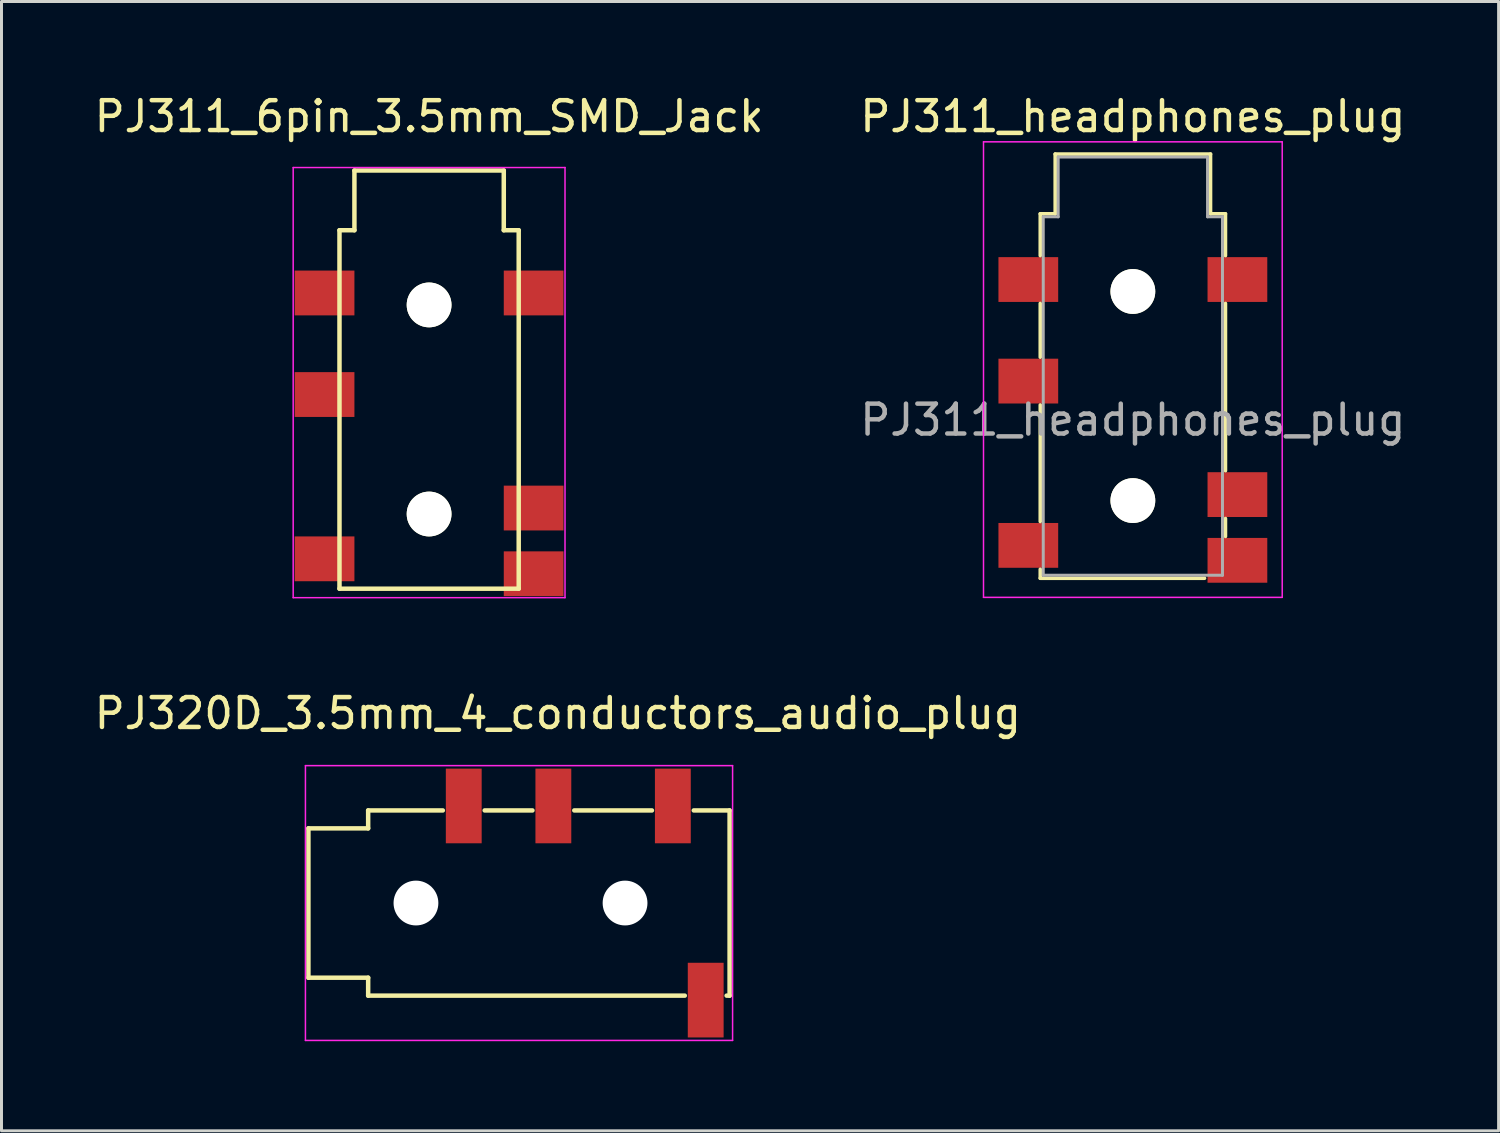
<source format=kicad_pcb>
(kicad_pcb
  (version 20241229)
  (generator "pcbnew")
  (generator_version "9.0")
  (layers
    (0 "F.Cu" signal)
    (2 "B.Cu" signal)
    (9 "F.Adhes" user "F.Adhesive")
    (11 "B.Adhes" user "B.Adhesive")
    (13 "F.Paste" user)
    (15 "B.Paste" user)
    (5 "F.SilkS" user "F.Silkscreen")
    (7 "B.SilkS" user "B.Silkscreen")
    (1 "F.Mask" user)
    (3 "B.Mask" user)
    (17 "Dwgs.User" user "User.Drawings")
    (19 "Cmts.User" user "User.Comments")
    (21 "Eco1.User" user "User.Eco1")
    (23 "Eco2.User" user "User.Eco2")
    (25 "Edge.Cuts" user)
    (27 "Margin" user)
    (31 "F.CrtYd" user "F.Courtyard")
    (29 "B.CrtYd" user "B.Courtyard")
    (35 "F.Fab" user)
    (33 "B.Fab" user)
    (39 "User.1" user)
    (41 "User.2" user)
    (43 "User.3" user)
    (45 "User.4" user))
  (footprint "PJ311_headphones_plug"
    (layer "F.Cu")
    (at 34.875 11.008)
    (property "Reference" "PJ311_headphones_plug" (at 0 -10.16 0) (layer "F.SilkS") (effects (font (size 1 1) (thickness 0.15))))
    (attr smd)
    (fp_line (start -3.1 -6.9) (end -2.6 -6.9) (stroke (width 0.12) (type solid)) (layer "F.SilkS"))
    (fp_line (start -3.1 -5.5) (end -3.1 -6.9) (stroke (width 0.12) (type solid)) (layer "F.SilkS"))
    (fp_line (start -3.1 -2.1) (end -3.1 -3.9) (stroke (width 0.12) (type solid)) (layer "F.SilkS"))
    (fp_line (start -3.1 3.4) (end -3.1 -0.5) (stroke (width 0.12) (type solid)) (layer "F.SilkS"))
    (fp_line (start -3.1 5.3) (end -3.1 5) (stroke (width 0.12) (type solid)) (layer "F.SilkS"))
    (fp_line (start -2.6 -8.9) (end 2.6 -8.9) (stroke (width 0.12) (type solid)) (layer "F.SilkS"))
    (fp_line (start -2.6 -6.9) (end -2.6 -8.9) (stroke (width 0.12) (type solid)) (layer "F.SilkS"))
    (fp_line (start 2.4 5.3) (end -3.1 5.3) (stroke (width 0.12) (type solid)) (layer "F.SilkS"))
    (fp_line (start 2.6 -8.9) (end 2.6 -6.9) (stroke (width 0.12) (type solid)) (layer "F.SilkS"))
    (fp_line (start 2.6 -6.9) (end 3.1 -6.9) (stroke (width 0.12) (type solid)) (layer "F.SilkS"))
    (fp_line (start 3.1 -6.9) (end 3.1 -5.5) (stroke (width 0.12) (type solid)) (layer "F.SilkS"))
    (fp_line (start 3.1 -3.9) (end 3.1 1.7) (stroke (width 0.12) (type solid)) (layer "F.SilkS"))
    (fp_line (start 3.1 3.3) (end 3.1 3.9) (stroke (width 0.12) (type solid)) (layer "F.SilkS"))
    (fp_line (start -5 -9.31) (end -5 5.94) (stroke (width 0.05) (type solid)) (layer "F.CrtYd"))
    (fp_line (start -5 -9.31) (end 5 -9.31) (stroke (width 0.05) (type solid)) (layer "F.CrtYd"))
    (fp_line (start -5 5.94) (end 5 5.94) (stroke (width 0.05) (type solid)) (layer "F.CrtYd"))
    (fp_line (start 5 5.94) (end 5 -9.31) (stroke (width 0.05) (type solid)) (layer "F.CrtYd"))
    (fp_line (start -3 -6.8) (end -3 5.2) (stroke (width 0.1) (type solid)) (layer "F.Fab"))
    (fp_line (start -3 5.2) (end 3 5.2) (stroke (width 0.1) (type solid)) (layer "F.Fab"))
    (fp_line (start -2.5 -8.8) (end -2.5 -6.8) (stroke (width 0.1) (type solid)) (layer "F.Fab"))
    (fp_line (start -2.5 -6.8) (end -3 -6.8) (stroke (width 0.1) (type solid)) (layer "F.Fab"))
    (fp_line (start 2.5 -8.8) (end -2.5 -8.8) (stroke (width 0.1) (type solid)) (layer "F.Fab"))
    (fp_line (start 2.5 -6.8) (end 2.5 -8.8) (stroke (width 0.1) (type solid)) (layer "F.Fab"))
    (fp_line (start 3 -6.8) (end 2.5 -6.8) (stroke (width 0.1) (type solid)) (layer "F.Fab"))
    (fp_line (start 3 5.2) (end 3 -6.8) (stroke (width 0.1) (type solid)) (layer "F.Fab"))
    (fp_text user "${REFERENCE}" (at 0 0 0) (layer "F.Fab") (effects (font (size 1 1) (thickness 0.15))))
    (pad "" np_thru_hole circle (at 0 -4.3) (size 1.5 1.5) (drill 1.5) (layers "*.Cu" "*.Mask" "F.SilkS"))
    (pad "" np_thru_hole circle (at 0 2.7) (size 1.5 1.5) (drill 1.5) (layers "*.Cu" "*.Mask" "F.SilkS"))
    (pad "1" smd rect (at -3.5 -4.7) (size 2 1.5) (layers "F.Cu" "F.Mask" "F.Paste"))
    (pad "2" smd rect (at 3.5 -4.7) (size 2 1.5) (layers "F.Cu" "F.Mask" "F.Paste"))
    (pad "3" smd rect (at -3.5 -1.3) (size 2 1.5) (layers "F.Cu" "F.Mask" "F.Paste"))
    (pad "4" smd rect (at 3.5 2.5) (size 2 1.5) (layers "F.Cu" "F.Mask" "F.Paste"))
    (pad "5" smd rect (at 3.5 4.7) (size 2 1.5) (layers "F.Cu" "F.Mask" "F.Paste"))
    (pad "6" smd rect (at -3.5 4.2) (size 2 1.5) (layers "F.Cu" "F.Mask" "F.Paste")))
  (footprint "PJ311_6pin_3.5mm_SMD_Jack"
    (layer "F.Cu")
    (at 11.315 11.458)
    (property "Reference" "PJ311_6pin_3.5mm_SMD_Jack" (at 0 -10.61 0) (layer "F.SilkS") (effects (font (size 1 1) (thickness 0.15))))
    (attr smd)
    (fp_line (start -3 -6.8) (end -3 5.2) (stroke (width 0.15) (type solid)) (layer "F.SilkS"))
    (fp_line (start -2.5 -8.8) (end -2.5 -6.8) (stroke (width 0.15) (type solid)) (layer "F.SilkS"))
    (fp_line (start -2.5 -6.8) (end -3 -6.8) (stroke (width 0.15) (type solid)) (layer "F.SilkS"))
    (fp_line (start 2.5 -8.8) (end -2.5 -8.8) (stroke (width 0.15) (type solid)) (layer "F.SilkS"))
    (fp_line (start 2.5 -6.8) (end 2.5 -8.8) (stroke (width 0.15) (type solid)) (layer "F.SilkS"))
    (fp_line (start 2.5 -6.8) (end 3 -6.8) (stroke (width 0.15) (type solid)) (layer "F.SilkS"))
    (fp_line (start 3 -6.8) (end 3 5.2) (stroke (width 0.15) (type solid)) (layer "F.SilkS"))
    (fp_line (start 3 5.2) (end -3 5.2) (stroke (width 0.15) (type solid)) (layer "F.SilkS"))
    (fp_line (start -4.55 -8.9) (end -4.55 5.5) (stroke (width 0.05) (type solid)) (layer "F.CrtYd"))
    (fp_line (start -4.55 -8.9) (end 4.55 -8.9) (stroke (width 0.05) (type solid)) (layer "F.CrtYd"))
    (fp_line (start 4.55 -8.9) (end 4.55 5.5) (stroke (width 0.05) (type solid)) (layer "F.CrtYd"))
    (fp_line (start 4.55 5.5) (end -4.55 5.5) (stroke (width 0.05) (type solid)) (layer "F.CrtYd"))
    (pad "" np_thru_hole circle (at 0 -4.3) (size 1.5 1.5) (drill 1.5) (layers "*.Cu" "*.Mask" "F.SilkS"))
    (pad "" np_thru_hole circle (at 0 2.7) (size 1.5 1.5) (drill 1.5) (layers "*.Cu" "*.Mask" "F.SilkS"))
    (pad "1" smd rect (at -3.5 -4.7) (size 2 1.5) (layers "F.Cu" "F.Mask" "F.Paste"))
    (pad "2" smd rect (at 3.5 -4.7) (size 2 1.5) (layers "F.Cu" "F.Mask" "F.Paste"))
    (pad "3" smd rect (at -3.5 -1.3) (size 2 1.5) (layers "F.Cu" "F.Mask" "F.Paste"))
    (pad "4" smd rect (at 3.5 2.5) (size 2 1.5) (layers "F.Cu" "F.Mask" "F.Paste"))
    (pad "5" smd rect (at 3.5 4.7) (size 2 1.5) (layers "F.Cu" "F.Mask" "F.Paste"))
    (pad "6" smd rect (at -3.5 4.2) (size 2 1.5) (layers "F.Cu" "F.Mask" "F.Paste")))
  (footprint "PJ320D_3.5mm_4_conductors_audio_plug"
    (layer "F.Cu")
    (at 15.725 27.181)
    (property "Reference" "PJ320D_3.5mm_4_conductors_audio_plug" (at -0.1 -6.35 0) (layer "F.SilkS") (effects (font (size 1 1) (thickness 0.15))))
    (attr smd)
    (fp_line (start -8.45 -2.5) (end -8.45 2.5) (stroke (width 0.15) (type solid)) (layer "F.SilkS"))
    (fp_line (start -6.45 -3.1) (end -6.45 -2.5) (stroke (width 0.15) (type solid)) (layer "F.SilkS"))
    (fp_line (start -6.45 -3.1) (end -3.95 -3.1) (stroke (width 0.15) (type solid)) (layer "F.SilkS"))
    (fp_line (start -6.45 -2.5) (end -8.45 -2.5) (stroke (width 0.15) (type solid)) (layer "F.SilkS"))
    (fp_line (start -6.45 2.5) (end -8.45 2.5) (stroke (width 0.15) (type solid)) (layer "F.SilkS"))
    (fp_line (start -6.45 2.5) (end -6.45 3.1) (stroke (width 0.15) (type solid)) (layer "F.SilkS"))
    (fp_line (start -2.55 -3.1) (end -0.95 -3.1) (stroke (width 0.15) (type solid)) (layer "F.SilkS"))
    (fp_line (start 0.45 -3.1) (end 3.05 -3.1) (stroke (width 0.15) (type solid)) (layer "F.SilkS"))
    (fp_line (start 4.15 3.1) (end -6.45 3.1) (stroke (width 0.15) (type solid)) (layer "F.SilkS"))
    (fp_line (start 4.45 -3.1) (end 5.65 -3.1) (stroke (width 0.15) (type solid)) (layer "F.SilkS"))
    (fp_line (start 5.55 3.1) (end 5.65 3.1) (stroke (width 0.15) (type solid)) (layer "F.SilkS"))
    (fp_line (start 5.65 3.1) (end 5.65 -3.1) (stroke (width 0.15) (type solid)) (layer "F.SilkS"))
    (fp_line (start -8.55 -4.6) (end 5.75 -4.6) (stroke (width 0.05) (type solid)) (layer "F.CrtYd"))
    (fp_line (start -8.55 4.6) (end -8.55 -4.6) (stroke (width 0.05) (type solid)) (layer "F.CrtYd"))
    (fp_line (start -8.55 4.6) (end 5.75 4.6) (stroke (width 0.05) (type solid)) (layer "F.CrtYd"))
    (fp_line (start 5.75 4.6) (end 5.75 -4.6) (stroke (width 0.05) (type solid)) (layer "F.CrtYd"))
    (pad "" np_thru_hole circle (at -4.85 0) (size 1.5 1.5) (drill 1.5) (layers "*.Cu" "*.Mask"))
    (pad "" np_thru_hole circle (at 2.15 0) (size 1.5 1.5) (drill 1.5) (layers "*.Cu" "*.Mask"))
    (pad "1" smd rect (at 3.75 -3.25) (size 1.2 2.5) (layers "F.Cu" "F.Mask" "F.Paste"))
    (pad "2" smd rect (at -0.25 -3.25) (size 1.2 2.5) (layers "F.Cu" "F.Mask" "F.Paste"))
    (pad "3" smd rect (at -3.25 -3.25) (size 1.2 2.5) (layers "F.Cu" "F.Mask" "F.Paste"))
    (pad "4" smd rect (at 4.85 3.25) (size 1.2 2.5) (layers "F.Cu" "F.Mask" "F.Paste")))
  (gr_rect
    (start -3 -3)
    (end 47.119 34.806)
    (stroke (width 0.1) (type default))
    (fill no)
    (layer "Edge.Cuts")))
</source>
